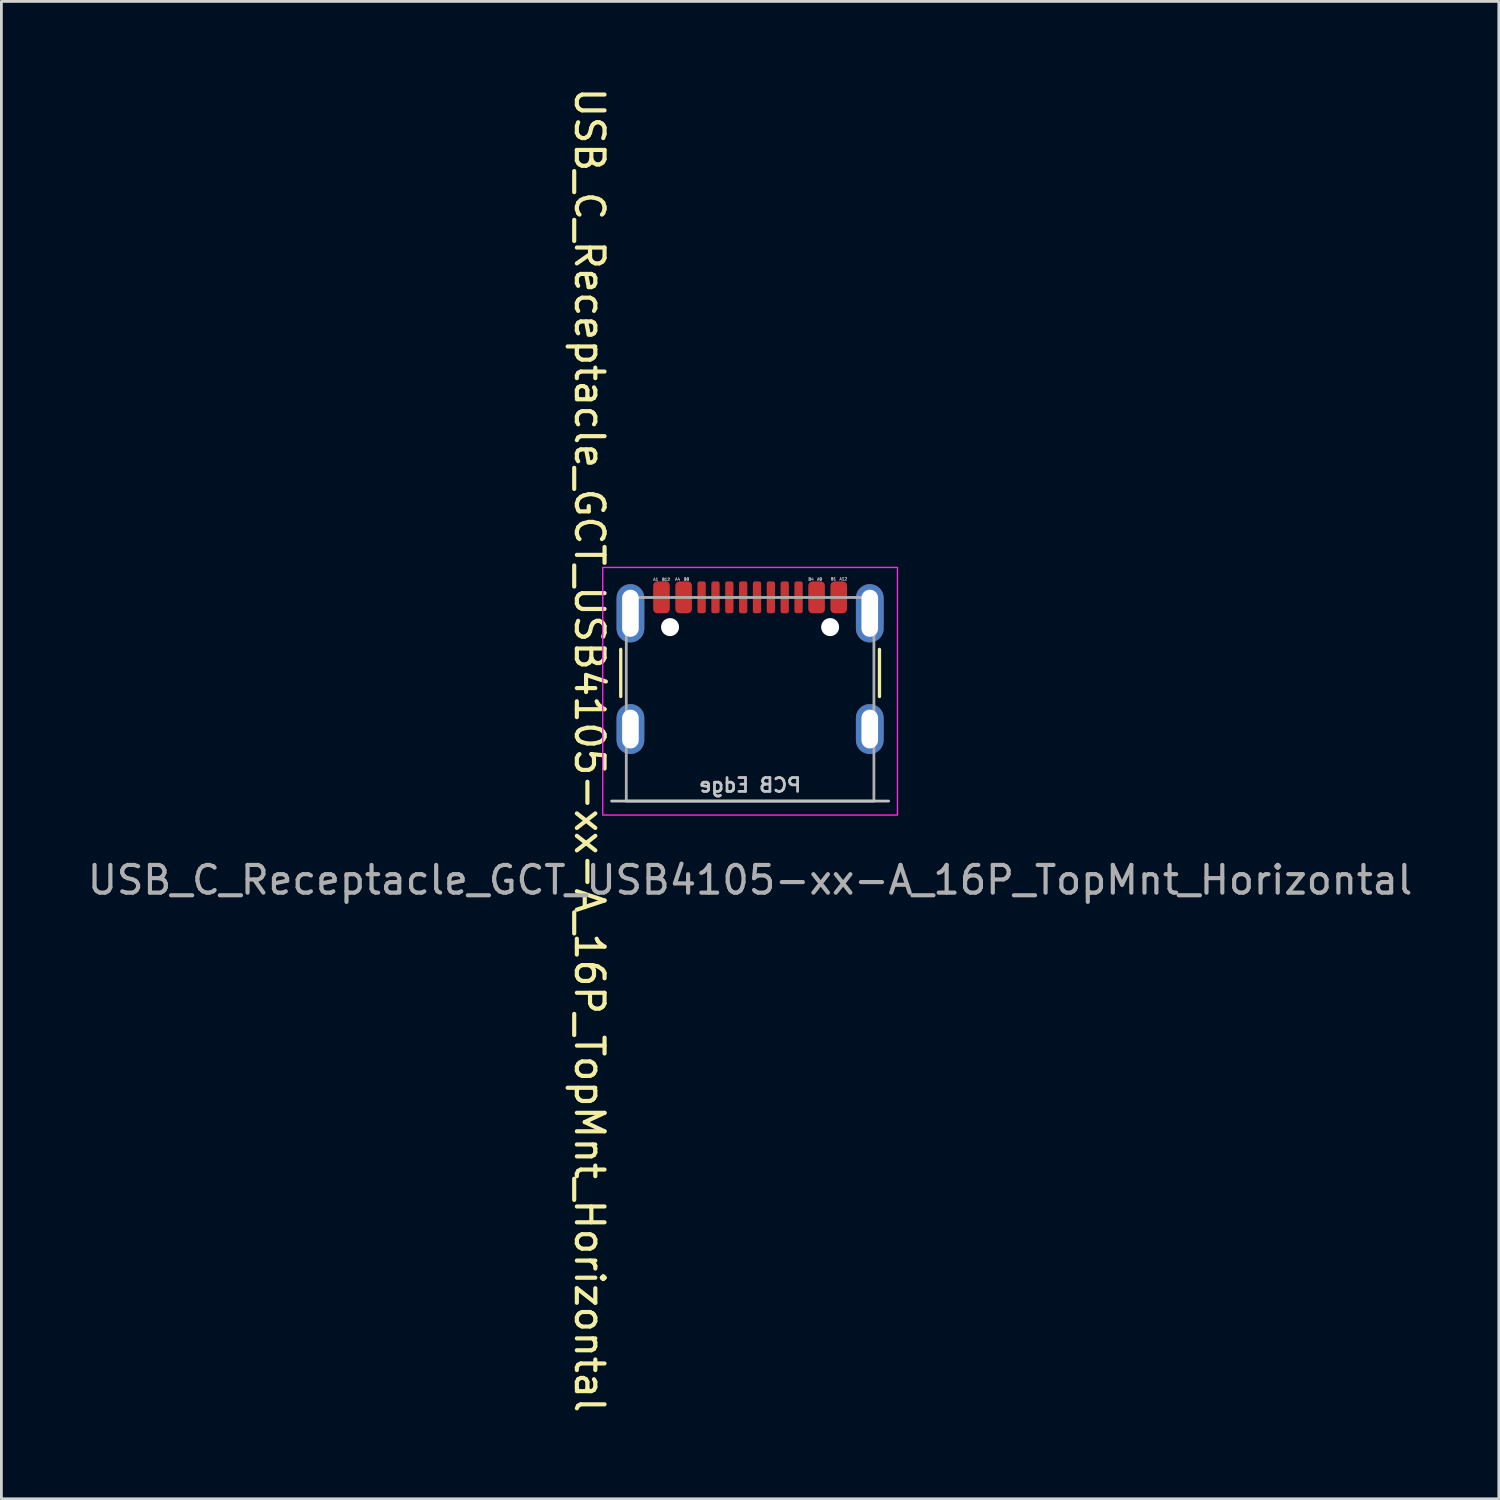
<source format=kicad_pcb>
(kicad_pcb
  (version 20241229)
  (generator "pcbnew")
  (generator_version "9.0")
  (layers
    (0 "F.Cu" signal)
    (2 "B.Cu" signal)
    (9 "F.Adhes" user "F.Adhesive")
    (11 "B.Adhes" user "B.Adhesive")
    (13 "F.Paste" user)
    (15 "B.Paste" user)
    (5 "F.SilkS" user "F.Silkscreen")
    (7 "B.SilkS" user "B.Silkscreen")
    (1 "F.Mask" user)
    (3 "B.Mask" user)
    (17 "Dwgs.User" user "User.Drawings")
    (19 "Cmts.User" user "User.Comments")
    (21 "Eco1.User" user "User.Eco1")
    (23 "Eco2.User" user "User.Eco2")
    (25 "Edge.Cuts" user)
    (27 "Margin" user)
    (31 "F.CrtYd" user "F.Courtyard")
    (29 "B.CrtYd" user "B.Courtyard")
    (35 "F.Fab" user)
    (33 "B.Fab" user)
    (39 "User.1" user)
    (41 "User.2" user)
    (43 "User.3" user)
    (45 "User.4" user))
  (footprint "USB_C_Receptacle_GCT_USB4105-xx-A_16P_TopMnt_Horizontal"
    (layer "F.Cu")
    (at 24.03 22.195)
    (property "Reference" "USB_C_Receptacle_GCT_USB4105-xx-A_16P_TopMnt_Horizontal" (at -5.8 1.835 270) (unlocked yes) (layer "F.SilkS") (effects (font (size 1 1) (thickness 0.15))))
    (fp_line (start -4.67 -1.8) (end -4.67 -0.1) (stroke (width 0.12) (type solid)) (layer "F.SilkS"))
    (fp_line (start 4.67 -1.8) (end 4.67 -0.1) (stroke (width 0.12) (type solid)) (layer "F.SilkS"))
    (fp_line (start -5 3.675) (end 5 3.675) (stroke (width 0.1) (type solid)) (layer "Dwgs.User"))
    (fp_rect (start 5.32 4.18) (end -5.32 -4.76) (stroke (width 0.05) (type solid)) (fill no) (layer "F.CrtYd"))
    (fp_rect (start 4.47 3.675) (end -4.47 -3.675) (stroke (width 0.1) (type solid)) (fill no) (layer "F.Fab"))
    (fp_text user "PCB Edge" (at 0 3.1 0) (unlocked yes) (layer "Dwgs.User") (effects (font (size 0.5 0.5) (thickness 0.1)) (justify mirror)))
    (fp_text user "B1" (at 2.896 -4.287 0) (unlocked yes) (layer "F.Fab") (effects (font (size 0.1 0.1) (thickness 0.025)) (justify left bottom)))
    (fp_text user "B12" (at -3.2 -4.265 0) (unlocked yes) (layer "F.Fab") (effects (font (size 0.1 0.1) (thickness 0.025)) (justify left bottom)))
    (fp_text user "${REFERENCE}" (at 0 6.526 0) (unlocked yes) (layer "F.Fab") (effects (font (size 1 1) (thickness 0.15))))
    (fp_text user "B9" (at -2.411 -4.273 0) (unlocked yes) (layer "F.Fab") (effects (font (size 0.1 0.1) (thickness 0.025)) (justify left bottom)))
    (fp_text user "B4" (at 2.085 -4.275 0) (unlocked yes) (layer "F.Fab") (effects (font (size 0.1 0.1) (thickness 0.025)) (justify left bottom)))
    (fp_text user "A9" (at 2.399 -4.273 0) (unlocked yes) (layer "F.Fab") (effects (font (size 0.1 0.1) (thickness 0.025)) (justify left bottom)))
    (fp_text user "A12" (at 3.21 -4.285 0) (unlocked yes) (layer "F.Fab") (effects (font (size 0.1 0.1) (thickness 0.025)) (justify left bottom)))
    (fp_text user "A4" (at -2.725 -4.275 0) (unlocked yes) (layer "F.Fab") (effects (font (size 0.1 0.1) (thickness 0.025)) (justify left bottom)))
    (fp_text user "A1" (at -3.514 -4.267 0) (unlocked yes) (layer "F.Fab") (effects (font (size 0.1 0.1) (thickness 0.025)) (justify left bottom)))
    (pad "" np_thru_hole circle (at -2.89 -2.605) (size 0.65 0.65) (drill 0.65) (layers "*.Cu" "*.Mask"))
    (pad "" np_thru_hole circle (at 2.89 -2.605) (size 0.65 0.65) (drill 0.65) (layers "*.Cu" "*.Mask"))
    (pad "A1B12" smd roundrect (at -3.2 -3.68) (size 0.6 1.15) (layers "F.Cu" "F.Mask" "F.Paste") (roundrect_rratio 0.25))
    (pad "A4B9" smd roundrect (at -2.4 -3.68) (size 0.6 1.15) (layers "F.Cu" "F.Mask" "F.Paste") (roundrect_rratio 0.25))
    (pad "A5" smd roundrect (at -1.25 -3.68) (size 0.3 1.15) (layers "F.Cu" "F.Mask" "F.Paste") (roundrect_rratio 0.25))
    (pad "A6" smd roundrect (at -0.25 -3.68) (size 0.3 1.15) (layers "F.Cu" "F.Mask" "F.Paste") (roundrect_rratio 0.25))
    (pad "A7" smd roundrect (at 0.25 -3.68) (size 0.3 1.15) (layers "F.Cu" "F.Mask" "F.Paste") (roundrect_rratio 0.25))
    (pad "A8" smd roundrect (at 1.25 -3.68) (size 0.3 1.15) (layers "F.Cu" "F.Mask" "F.Paste") (roundrect_rratio 0.25))
    (pad "B1A12" smd roundrect (at 3.2 -3.68) (size 0.6 1.15) (layers "F.Cu" "F.Mask" "F.Paste") (roundrect_rratio 0.25))
    (pad "B4A9" smd roundrect (at 2.4 -3.68) (size 0.6 1.15) (layers "F.Cu" "F.Mask" "F.Paste") (roundrect_rratio 0.25))
    (pad "B5" smd roundrect (at 1.75 -3.68) (size 0.3 1.15) (layers "F.Cu" "F.Mask" "F.Paste") (roundrect_rratio 0.25))
    (pad "B6" smd roundrect (at 0.75 -3.68) (size 0.3 1.15) (layers "F.Cu" "F.Mask" "F.Paste") (roundrect_rratio 0.25))
    (pad "B7" smd roundrect (at -0.75 -3.68) (size 0.3 1.15) (layers "F.Cu" "F.Mask" "F.Paste") (roundrect_rratio 0.25))
    (pad "B8" smd roundrect (at -1.75 -3.68) (size 0.3 1.15) (layers "F.Cu" "F.Mask" "F.Paste") (roundrect_rratio 0.25))
    (pad "S1" thru_hole oval (at -4.32 -3.105) (size 1 2.1) (drill oval 0.6 1.7) (layers "*.Cu" "*.Mask" "F.Paste"))
    (pad "S1" thru_hole oval (at -4.32 1.075) (size 1 1.8) (drill oval 0.6 1.4) (layers "*.Cu" "*.Mask" "F.Paste"))
    (pad "S1" thru_hole oval (at 4.32 -3.105) (size 1 2.1) (drill oval 0.6 1.7) (layers "*.Cu" "*.Mask" "F.Paste"))
    (pad "S1" thru_hole oval (at 4.32 1.075) (size 1 1.8) (drill oval 0.6 1.4) (layers "*.Cu" "*.Mask" "F.Paste")))
  (gr_rect
    (start -3 -3)
    (end 51.06 51.06)
    (stroke (width 0.1) (type default))
    (fill no)
    (layer "Edge.Cuts")))
</source>
